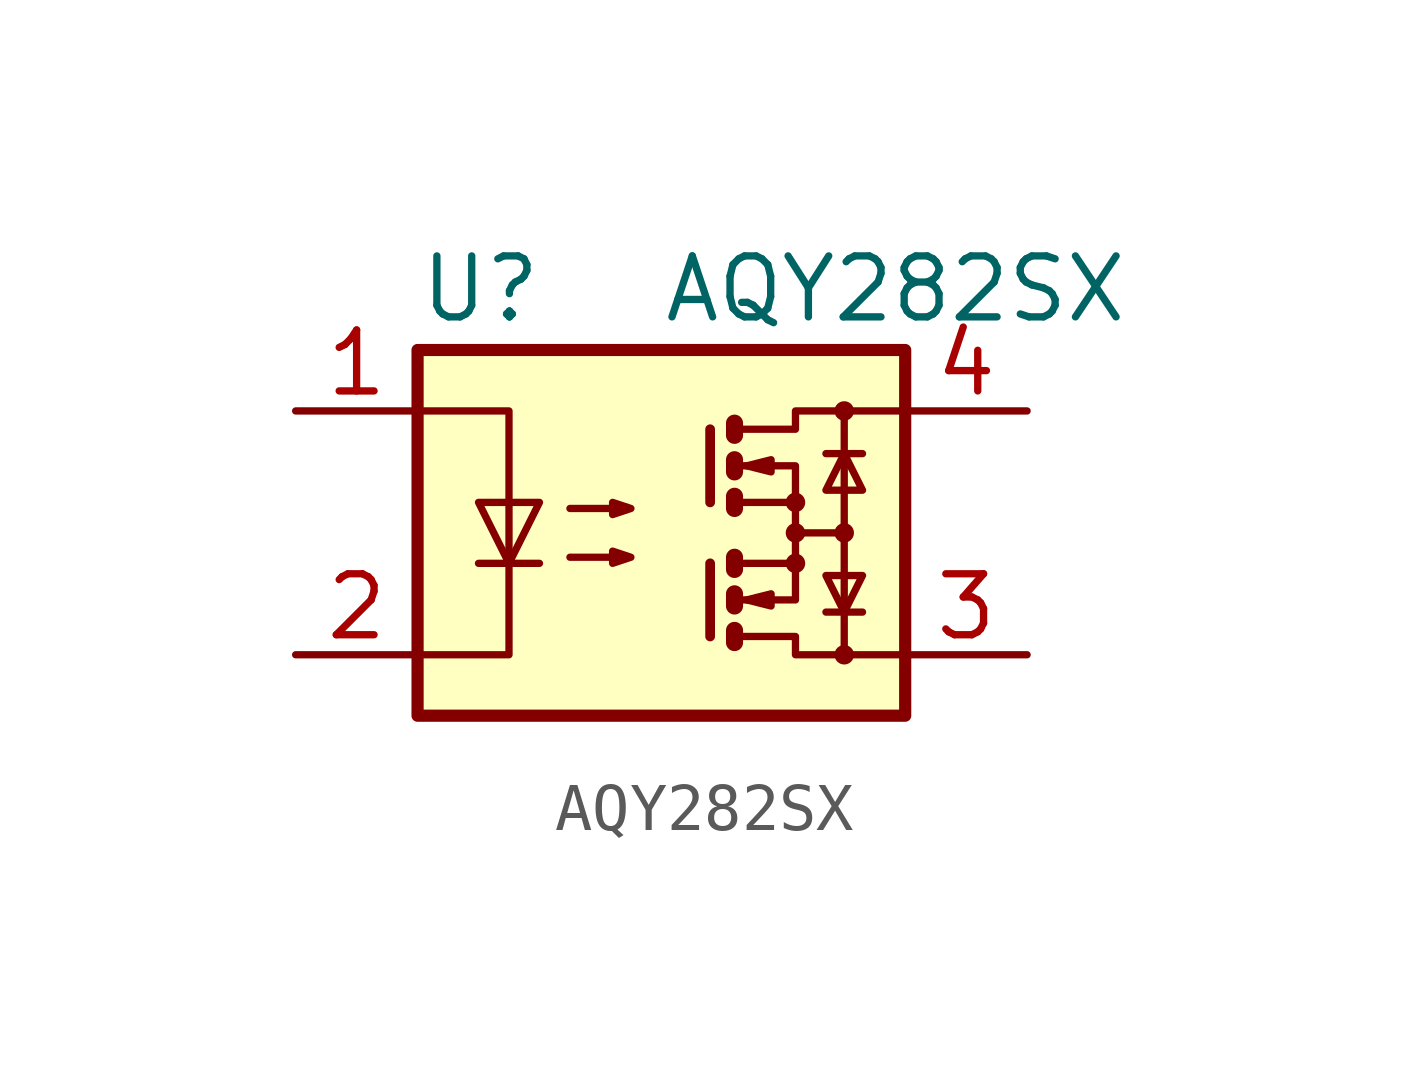
<source format=kicad_sym>
(kicad_symbol_lib
  (version 20231120)
  (generator "kicad_symbol_editor")
  (generator_version "8.0")
  (symbol "AQY282SX"
    (property "Reference" "U"
      (at -5.08 5.08 0)
      (effects (font (size 1.27 1.27)) (justify left)))
    (property "Value" "AQY282SX"
      (at 0 5.08 0)
      (effects (font (size 1.27 1.27)) (justify left)))
    (symbol "AQY282SX_0_1"
      (rectangle (start -5.08 3.81) (end 5.08 -3.81) (stroke (width 0.254) (type default)) (fill (type background)))
      (polyline (pts (xy -3.81 -0.635) (xy -2.54 -0.635)) (stroke (width 0) (type default)) (fill (type none)))
      (polyline (pts (xy 1.016 -0.635) (xy 1.016 -2.159)) (stroke (width 0.203) (type default)) (fill (type none)))
      (polyline (pts (xy 1.016 2.159) (xy 1.016 0.635)) (stroke (width 0.203) (type default)) (fill (type none)))
      (polyline (pts (xy 1.524 -0.508) (xy 1.524 -0.762)) (stroke (width 0.356) (type default)) (fill (type none)))
      (polyline (pts (xy 2.794 0) (xy 3.81 0)) (stroke (width 0) (type default)) (fill (type none)))
      (polyline (pts (xy 3.429 -1.651) (xy 4.191 -1.651)) (stroke (width 0) (type default)) (fill (type none)))
      (polyline (pts (xy 3.429 1.651) (xy 4.191 1.651)) (stroke (width 0) (type default)) (fill (type none)))
      (polyline (pts (xy 3.81 -2.54) (xy 3.81 2.54)) (stroke (width 0) (type default)) (fill (type none)))
      (polyline (pts (xy 1.524 -2.032) (xy 1.524 -2.286) (xy 1.524 -2.286)) (stroke (width 0.356) (type default)) (fill (type none)))
      (polyline (pts (xy 1.524 -1.27) (xy 1.524 -1.524) (xy 1.524 -1.524)) (stroke (width 0.356) (type default)) (fill (type none)))
      (polyline (pts (xy 1.524 0.762) (xy 1.524 0.508) (xy 1.524 0.508)) (stroke (width 0.356) (type default)) (fill (type none)))
      (polyline (pts (xy 1.524 1.524) (xy 1.524 1.27) (xy 1.524 1.27)) (stroke (width 0.356) (type default)) (fill (type none)))
      (polyline (pts (xy 1.524 2.286) (xy 1.524 2.032) (xy 1.524 2.032)) (stroke (width 0.356) (type default)) (fill (type none)))
      (polyline (pts (xy 1.651 -1.397) (xy 2.794 -1.397) (xy 2.794 -0.635)) (stroke (width 0) (type default)) (fill (type none)))
      (polyline (pts (xy 1.651 1.397) (xy 2.794 1.397) (xy 2.794 0.635)) (stroke (width 0) (type default)) (fill (type none)))
      (polyline (pts (xy -5.08 2.54) (xy -3.175 2.54) (xy -3.175 -2.54) (xy -5.08 -2.54)) (stroke (width 0) (type default)) (fill (type none)))
      (polyline (pts (xy -3.175 -0.635) (xy -3.81 0.635) (xy -2.54 0.635) (xy -3.175 -0.635)) (stroke (width 0) (type default)) (fill (type none)))
      (polyline (pts (xy 1.651 -2.159) (xy 2.794 -2.159) (xy 2.794 -2.54) (xy 5.08 -2.54)) (stroke (width 0) (type default)) (fill (type none)))
      (polyline (pts (xy 1.651 -0.635) (xy 2.794 -0.635) (xy 2.794 0.635) (xy 1.651 0.635)) (stroke (width 0) (type default)) (fill (type none)))
      (polyline (pts (xy 1.651 2.159) (xy 2.794 2.159) (xy 2.794 2.54) (xy 5.08 2.54)) (stroke (width 0) (type default)) (fill (type none)))
      (polyline (pts (xy 1.778 -1.397) (xy 2.286 -1.27) (xy 2.286 -1.524) (xy 1.778 -1.397)) (stroke (width 0) (type default)) (fill (type none)))
      (polyline (pts (xy 1.778 1.397) (xy 2.286 1.524) (xy 2.286 1.27) (xy 1.778 1.397)) (stroke (width 0) (type default)) (fill (type none)))
      (polyline (pts (xy 3.81 -1.651) (xy 3.429 -0.889) (xy 4.191 -0.889) (xy 3.81 -1.651)) (stroke (width 0) (type default)) (fill (type none)))
      (polyline (pts (xy 3.81 1.651) (xy 3.429 0.889) (xy 4.191 0.889) (xy 3.81 1.651)) (stroke (width 0) (type default)) (fill (type none)))
      (polyline (pts (xy -1.905 -0.508) (xy -0.635 -0.508) (xy -1.016 -0.635) (xy -1.016 -0.381) (xy -0.635 -0.508)) (stroke (width 0) (type default)) (fill (type none)))
      (polyline (pts (xy -1.905 0.508) (xy -0.635 0.508) (xy -1.016 0.381) (xy -1.016 0.635) (xy -0.635 0.508)) (stroke (width 0) (type default)) (fill (type none)))
      (circle (center 2.794 -0.635) (radius 0.127) (stroke (width 0) (type default)) (fill (type none)))
      (circle (center 2.794 0) (radius 0.127) (stroke (width 0) (type default)) (fill (type none)))
      (circle (center 2.794 0.635) (radius 0.127) (stroke (width 0) (type default)) (fill (type none)))
      (circle (center 3.81 -2.54) (radius 0.127) (stroke (width 0) (type default)) (fill (type none)))
      (circle (center 3.81 0) (radius 0.127) (stroke (width 0) (type default)) (fill (type none)))
      (circle (center 3.81 2.54) (radius 0.127) (stroke (width 0) (type default)) (fill (type none))))
    (symbol "AQY282SX_1_1"
      (pin passive line (at -7.62 2.54 0) (length 2.54) (name "~" (effects (font (size 1.27 1.27)))) (number "1" (effects (font (size 1.27 1.27)))))
      (pin passive line (at -7.62 -2.54 0) (length 2.54) (name "~" (effects (font (size 1.27 1.27)))) (number "2" (effects (font (size 1.27 1.27)))))
      (pin passive line (at 7.62 -2.54 180) (length 2.54) (name "~" (effects (font (size 1.27 1.27)))) (number "3" (effects (font (size 1.27 1.27)))))
      (pin passive line (at 7.62 2.54 180) (length 2.54) (name "~" (effects (font (size 1.27 1.27)))) (number "4" (effects (font (size 1.27 1.27))))))))
</source>
